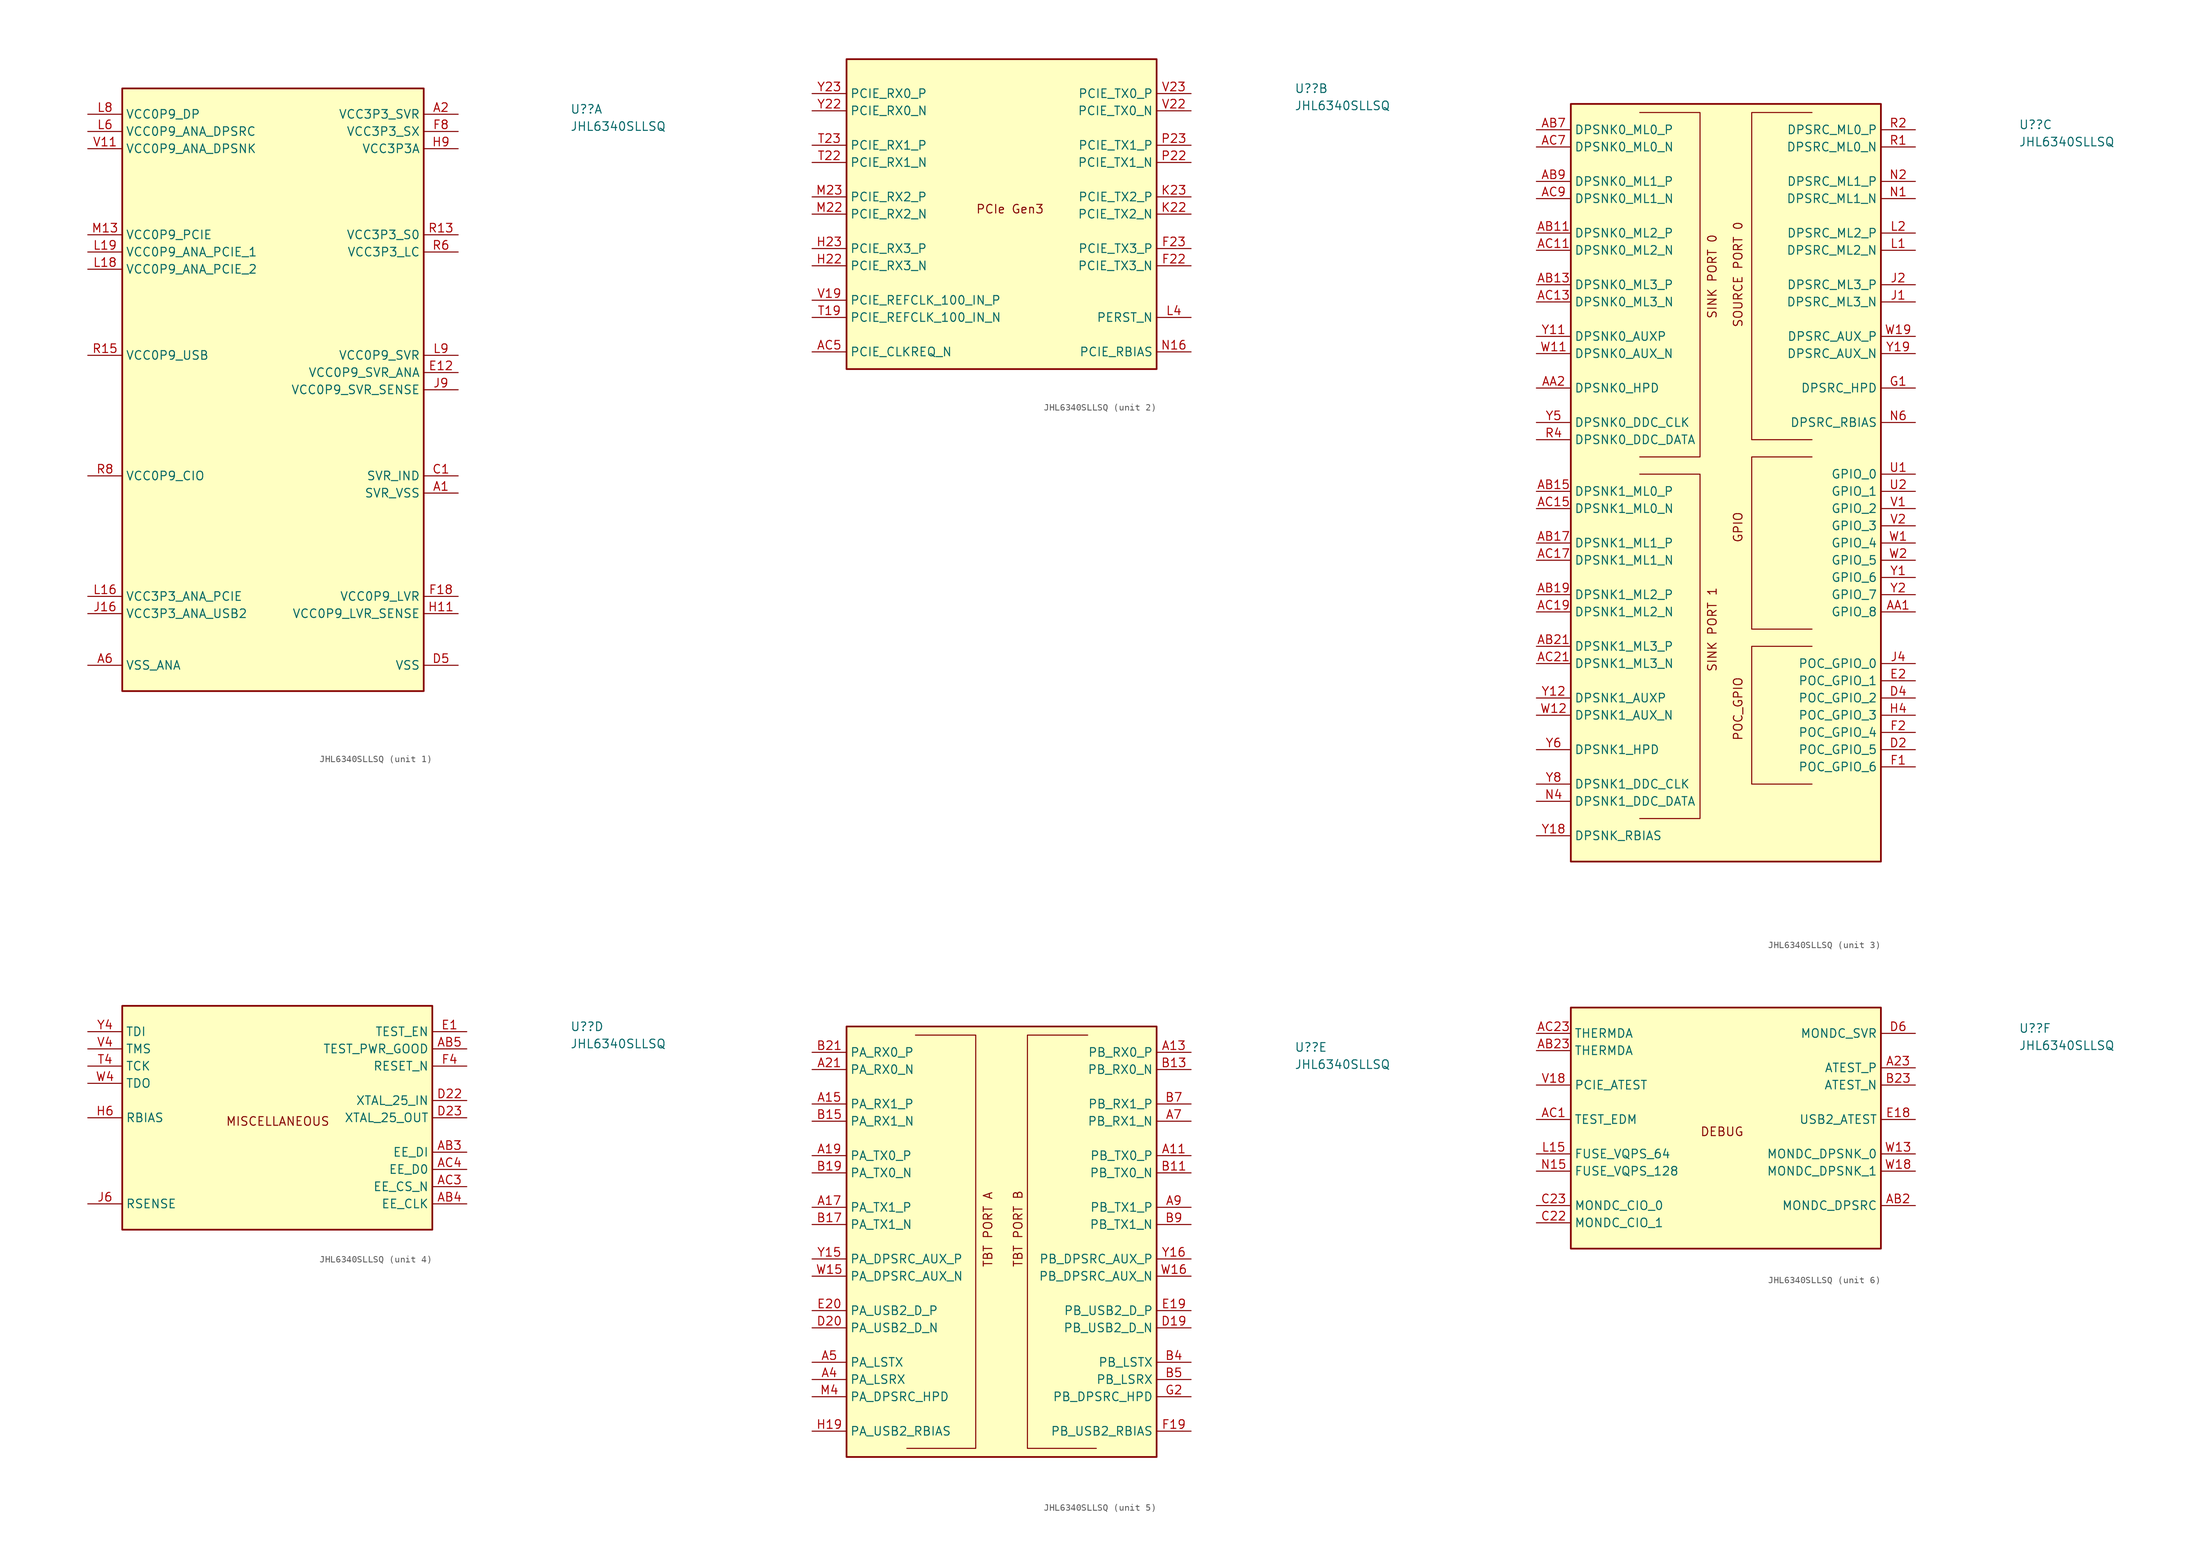
<source format=kicad_sym>
(kicad_symbol_lib
  (version 20211014)
  (generator kicad_symbol_editor)
  (symbol "JHL6340SLLSQ"
    (property "Reference" "U?"
      (at 71.12 0 0)
      (effects (font (size 1.27 1.27) (thickness 0.15)) (justify left bottom)))
    (property "Value" "JHL6340SLLSQ"
      (at 71.12 -2.54 0)
      (effects (font (size 1.27 1.27) (thickness 0.15)) (justify left bottom)))
    (property "ki_locked" ""
      (at 0 0 0)
      (effects (font (size 1.27 1.27))))
    (symbol "JHL6340SLLSQ_1_0"
      (rectangle (start 5.08 3.81) (end 49.53 -85.09) (stroke (width 0.254) (type default) (color 0 0 0 0)) (fill (type background))))
    (symbol "JHL6340SLLSQ_1_1"
      (pin power_in line (at 54.61 -55.88 180) (length 5.08) (name "SVR_VSS" (effects (font (size 1.27 1.27)))) (number "A1" (effects (font (size 1.27 1.27)))))
      (pin passive line (at 0 -81.28 0) (length 5.08) hide (name "VSS_ANA" (effects (font (size 1.27 1.27)))) (number "A10" (effects (font (size 1.27 1.27)))))
      (pin passive line (at 0 -81.28 0) (length 5.08) hide (name "VSS_ANA" (effects (font (size 1.27 1.27)))) (number "A12" (effects (font (size 1.27 1.27)))))
      (pin passive line (at 0 -81.28 0) (length 5.08) hide (name "VSS_ANA" (effects (font (size 1.27 1.27)))) (number "A14" (effects (font (size 1.27 1.27)))))
      (pin passive line (at 0 -81.28 0) (length 5.08) hide (name "VSS_ANA" (effects (font (size 1.27 1.27)))) (number "A16" (effects (font (size 1.27 1.27)))))
      (pin passive line (at 0 -81.28 0) (length 5.08) hide (name "VSS_ANA" (effects (font (size 1.27 1.27)))) (number "A18" (effects (font (size 1.27 1.27)))))
      (pin power_in line (at 54.61 0 180) (length 5.08) (name "VCC3P3_SVR" (effects (font (size 1.27 1.27)))) (number "A2" (effects (font (size 1.27 1.27)))))
      (pin passive line (at 0 -81.28 0) (length 5.08) hide (name "VSS_ANA" (effects (font (size 1.27 1.27)))) (number "A20" (effects (font (size 1.27 1.27)))))
      (pin passive line (at 0 -81.28 0) (length 5.08) hide (name "VSS_ANA" (effects (font (size 1.27 1.27)))) (number "A22" (effects (font (size 1.27 1.27)))))
      (pin power_in line (at 54.61 0 180) (length 5.08) hide (name "VCC3P3_SVR" (effects (font (size 1.27 1.27)))) (number "A3" (effects (font (size 1.27 1.27)))))
      (pin power_in line (at 0 -81.28 0) (length 5.08) (name "VSS_ANA" (effects (font (size 1.27 1.27)))) (number "A6" (effects (font (size 1.27 1.27)))))
      (pin passive line (at 0 -81.28 0) (length 5.08) hide (name "VSS_ANA" (effects (font (size 1.27 1.27)))) (number "A8" (effects (font (size 1.27 1.27)))))
      (pin passive line (at 0 -81.28 0) (length 5.08) hide (name "VSS_ANA" (effects (font (size 1.27 1.27)))) (number "AA22" (effects (font (size 1.27 1.27)))))
      (pin passive line (at 0 -81.28 0) (length 5.08) hide (name "VSS_ANA" (effects (font (size 1.27 1.27)))) (number "AA23" (effects (font (size 1.27 1.27)))))
      (pin passive line (at 54.61 -81.28 180) (length 5.08) hide (name "VSS" (effects (font (size 1.27 1.27)))) (number "AB1" (effects (font (size 1.27 1.27)))))
      (pin passive line (at 0 -81.28 0) (length 5.08) hide (name "VSS_ANA" (effects (font (size 1.27 1.27)))) (number "AB10" (effects (font (size 1.27 1.27)))))
      (pin passive line (at 0 -81.28 0) (length 5.08) hide (name "VSS_ANA" (effects (font (size 1.27 1.27)))) (number "AB12" (effects (font (size 1.27 1.27)))))
      (pin passive line (at 0 -81.28 0) (length 5.08) hide (name "VSS_ANA" (effects (font (size 1.27 1.27)))) (number "AB14" (effects (font (size 1.27 1.27)))))
      (pin passive line (at 0 -81.28 0) (length 5.08) hide (name "VSS_ANA" (effects (font (size 1.27 1.27)))) (number "AB16" (effects (font (size 1.27 1.27)))))
      (pin passive line (at 0 -81.28 0) (length 5.08) hide (name "VSS_ANA" (effects (font (size 1.27 1.27)))) (number "AB18" (effects (font (size 1.27 1.27)))))
      (pin passive line (at 0 -81.28 0) (length 5.08) hide (name "VSS_ANA" (effects (font (size 1.27 1.27)))) (number "AB20" (effects (font (size 1.27 1.27)))))
      (pin passive line (at 0 -81.28 0) (length 5.08) hide (name "VSS_ANA" (effects (font (size 1.27 1.27)))) (number "AB22" (effects (font (size 1.27 1.27)))))
      (pin passive line (at 0 -81.28 0) (length 5.08) hide (name "VSS_ANA" (effects (font (size 1.27 1.27)))) (number "AB6" (effects (font (size 1.27 1.27)))))
      (pin passive line (at 0 -81.28 0) (length 5.08) hide (name "VSS_ANA" (effects (font (size 1.27 1.27)))) (number "AB8" (effects (font (size 1.27 1.27)))))
      (pin passive line (at 0 -81.28 0) (length 5.08) hide (name "VSS_ANA" (effects (font (size 1.27 1.27)))) (number "AC10" (effects (font (size 1.27 1.27)))))
      (pin passive line (at 0 -81.28 0) (length 5.08) hide (name "VSS_ANA" (effects (font (size 1.27 1.27)))) (number "AC12" (effects (font (size 1.27 1.27)))))
      (pin passive line (at 0 -81.28 0) (length 5.08) hide (name "VSS_ANA" (effects (font (size 1.27 1.27)))) (number "AC14" (effects (font (size 1.27 1.27)))))
      (pin passive line (at 0 -81.28 0) (length 5.08) hide (name "VSS_ANA" (effects (font (size 1.27 1.27)))) (number "AC16" (effects (font (size 1.27 1.27)))))
      (pin passive line (at 0 -81.28 0) (length 5.08) hide (name "VSS_ANA" (effects (font (size 1.27 1.27)))) (number "AC18" (effects (font (size 1.27 1.27)))))
      (pin passive line (at 54.61 -81.28 180) (length 5.08) hide (name "VSS" (effects (font (size 1.27 1.27)))) (number "AC2" (effects (font (size 1.27 1.27)))))
      (pin passive line (at 0 -81.28 0) (length 5.08) hide (name "VSS_ANA" (effects (font (size 1.27 1.27)))) (number "AC20" (effects (font (size 1.27 1.27)))))
      (pin passive line (at 0 -81.28 0) (length 5.08) hide (name "VSS_ANA" (effects (font (size 1.27 1.27)))) (number "AC22" (effects (font (size 1.27 1.27)))))
      (pin passive line (at 0 -81.28 0) (length 5.08) hide (name "VSS_ANA" (effects (font (size 1.27 1.27)))) (number "AC6" (effects (font (size 1.27 1.27)))))
      (pin passive line (at 0 -81.28 0) (length 5.08) hide (name "VSS_ANA" (effects (font (size 1.27 1.27)))) (number "AC8" (effects (font (size 1.27 1.27)))))
      (pin power_in line (at 54.61 -55.88 180) (length 5.08) hide (name "SVR_VSS" (effects (font (size 1.27 1.27)))) (number "B1" (effects (font (size 1.27 1.27)))))
      (pin passive line (at 0 -81.28 0) (length 5.08) hide (name "VSS_ANA" (effects (font (size 1.27 1.27)))) (number "B10" (effects (font (size 1.27 1.27)))))
      (pin passive line (at 0 -81.28 0) (length 5.08) hide (name "VSS_ANA" (effects (font (size 1.27 1.27)))) (number "B12" (effects (font (size 1.27 1.27)))))
      (pin passive line (at 0 -81.28 0) (length 5.08) hide (name "VSS_ANA" (effects (font (size 1.27 1.27)))) (number "B14" (effects (font (size 1.27 1.27)))))
      (pin passive line (at 0 -81.28 0) (length 5.08) hide (name "VSS_ANA" (effects (font (size 1.27 1.27)))) (number "B16" (effects (font (size 1.27 1.27)))))
      (pin passive line (at 0 -81.28 0) (length 5.08) hide (name "VSS_ANA" (effects (font (size 1.27 1.27)))) (number "B18" (effects (font (size 1.27 1.27)))))
      (pin power_in line (at 54.61 -55.88 180) (length 5.08) hide (name "SVR_VSS" (effects (font (size 1.27 1.27)))) (number "B2" (effects (font (size 1.27 1.27)))))
      (pin passive line (at 0 -81.28 0) (length 5.08) hide (name "VSS_ANA" (effects (font (size 1.27 1.27)))) (number "B20" (effects (font (size 1.27 1.27)))))
      (pin passive line (at 0 -81.28 0) (length 5.08) hide (name "VSS_ANA" (effects (font (size 1.27 1.27)))) (number "B22" (effects (font (size 1.27 1.27)))))
      (pin power_in line (at 54.61 0 180) (length 5.08) hide (name "VCC3P3_SVR" (effects (font (size 1.27 1.27)))) (number "B3" (effects (font (size 1.27 1.27)))))
      (pin passive line (at 0 -81.28 0) (length 5.08) hide (name "VSS_ANA" (effects (font (size 1.27 1.27)))) (number "B6" (effects (font (size 1.27 1.27)))))
      (pin passive line (at 0 -81.28 0) (length 5.08) hide (name "VSS_ANA" (effects (font (size 1.27 1.27)))) (number "B8" (effects (font (size 1.27 1.27)))))
      (pin power_out line (at 54.61 -53.34 180) (length 5.08) (name "SVR_IND" (effects (font (size 1.27 1.27)))) (number "C1" (effects (font (size 1.27 1.27)))))
      (pin power_out line (at 54.61 -53.34 180) (length 5.08) hide (name "SVR_IND" (effects (font (size 1.27 1.27)))) (number "C2" (effects (font (size 1.27 1.27)))))
      (pin power_out line (at 54.61 -53.34 180) (length 5.08) hide (name "SVR_IND" (effects (font (size 1.27 1.27)))) (number "D1" (effects (font (size 1.27 1.27)))))
      (pin passive line (at 0 -81.28 0) (length 5.08) hide (name "VSS_ANA" (effects (font (size 1.27 1.27)))) (number "D11" (effects (font (size 1.27 1.27)))))
      (pin passive line (at 0 -81.28 0) (length 5.08) hide (name "VSS_ANA" (effects (font (size 1.27 1.27)))) (number "D12" (effects (font (size 1.27 1.27)))))
      (pin passive line (at 0 -81.28 0) (length 5.08) hide (name "VSS_ANA" (effects (font (size 1.27 1.27)))) (number "D13" (effects (font (size 1.27 1.27)))))
      (pin passive line (at 0 -81.28 0) (length 5.08) hide (name "VSS_ANA" (effects (font (size 1.27 1.27)))) (number "D15" (effects (font (size 1.27 1.27)))))
      (pin passive line (at 0 -81.28 0) (length 5.08) hide (name "VSS_ANA" (effects (font (size 1.27 1.27)))) (number "D16" (effects (font (size 1.27 1.27)))))
      (pin passive line (at 0 -81.28 0) (length 5.08) hide (name "VSS_ANA" (effects (font (size 1.27 1.27)))) (number "D18" (effects (font (size 1.27 1.27)))))
      (pin power_in line (at 54.61 -81.28 180) (length 5.08) (name "VSS" (effects (font (size 1.27 1.27)))) (number "D5" (effects (font (size 1.27 1.27)))))
      (pin passive line (at 0 -81.28 0) (length 5.08) hide (name "VSS_ANA" (effects (font (size 1.27 1.27)))) (number "D8" (effects (font (size 1.27 1.27)))))
      (pin passive line (at 0 -81.28 0) (length 5.08) hide (name "VSS_ANA" (effects (font (size 1.27 1.27)))) (number "D9" (effects (font (size 1.27 1.27)))))
      (pin passive line (at 0 -81.28 0) (length 5.08) hide (name "VSS_ANA" (effects (font (size 1.27 1.27)))) (number "E11" (effects (font (size 1.27 1.27)))))
      (pin power_in line (at 54.61 -38.1 180) (length 5.08) (name "VCC0P9_SVR_ANA" (effects (font (size 1.27 1.27)))) (number "E12" (effects (font (size 1.27 1.27)))))
      (pin power_in line (at 54.61 -38.1 180) (length 5.08) hide (name "VCC0P9_SVR_ANA" (effects (font (size 1.27 1.27)))) (number "E13" (effects (font (size 1.27 1.27)))))
      (pin passive line (at 0 -81.28 0) (length 5.08) hide (name "VSS_ANA" (effects (font (size 1.27 1.27)))) (number "E15" (effects (font (size 1.27 1.27)))))
      (pin passive line (at 0 -81.28 0) (length 5.08) hide (name "VSS_ANA" (effects (font (size 1.27 1.27)))) (number "E16" (effects (font (size 1.27 1.27)))))
      (pin passive line (at 0 -81.28 0) (length 5.08) hide (name "VSS_ANA" (effects (font (size 1.27 1.27)))) (number "E22" (effects (font (size 1.27 1.27)))))
      (pin passive line (at 0 -81.28 0) (length 5.08) hide (name "VSS_ANA" (effects (font (size 1.27 1.27)))) (number "E23" (effects (font (size 1.27 1.27)))))
      (pin passive line (at 54.61 -81.28 180) (length 5.08) hide (name "VSS" (effects (font (size 1.27 1.27)))) (number "E4" (effects (font (size 1.27 1.27)))))
      (pin passive line (at 54.61 -81.28 180) (length 5.08) hide (name "VSS" (effects (font (size 1.27 1.27)))) (number "E5" (effects (font (size 1.27 1.27)))))
      (pin passive line (at 54.61 -81.28 180) (length 5.08) hide (name "VSS" (effects (font (size 1.27 1.27)))) (number "E6" (effects (font (size 1.27 1.27)))))
      (pin passive line (at 0 -81.28 0) (length 5.08) hide (name "VSS_ANA" (effects (font (size 1.27 1.27)))) (number "E8" (effects (font (size 1.27 1.27)))))
      (pin passive line (at 0 -81.28 0) (length 5.08) hide (name "VSS_ANA" (effects (font (size 1.27 1.27)))) (number "E9" (effects (font (size 1.27 1.27)))))
      (pin power_in line (at 54.61 -38.1 180) (length 5.08) hide (name "VCC0P9_SVR_ANA" (effects (font (size 1.27 1.27)))) (number "F11" (effects (font (size 1.27 1.27)))))
      (pin power_in line (at 54.61 -38.1 180) (length 5.08) hide (name "VCC0P9_SVR_ANA" (effects (font (size 1.27 1.27)))) (number "F12" (effects (font (size 1.27 1.27)))))
      (pin power_in line (at 54.61 -38.1 180) (length 5.08) hide (name "VCC0P9_SVR_ANA" (effects (font (size 1.27 1.27)))) (number "F13" (effects (font (size 1.27 1.27)))))
      (pin power_in line (at 54.61 -38.1 180) (length 5.08) hide (name "VCC0P9_SVR_ANA" (effects (font (size 1.27 1.27)))) (number "F15" (effects (font (size 1.27 1.27)))))
      (pin passive line (at 0 -81.28 0) (length 5.08) hide (name "VSS_ANA" (effects (font (size 1.27 1.27)))) (number "F16" (effects (font (size 1.27 1.27)))))
      (pin power_in line (at 54.61 -71.12 180) (length 5.08) (name "VCC0P9_LVR" (effects (font (size 1.27 1.27)))) (number "F18" (effects (font (size 1.27 1.27)))))
      (pin passive line (at 0 -81.28 0) (length 5.08) hide (name "VSS_ANA" (effects (font (size 1.27 1.27)))) (number "F20" (effects (font (size 1.27 1.27)))))
      (pin passive line (at 54.61 -81.28 180) (length 5.08) hide (name "VSS" (effects (font (size 1.27 1.27)))) (number "F5" (effects (font (size 1.27 1.27)))))
      (pin passive line (at 54.61 -81.28 180) (length 5.08) hide (name "VSS" (effects (font (size 1.27 1.27)))) (number "F6" (effects (font (size 1.27 1.27)))))
      (pin power_in line (at 54.61 -2.54 180) (length 5.08) (name "VCC3P3_SX" (effects (font (size 1.27 1.27)))) (number "F8" (effects (font (size 1.27 1.27)))))
      (pin passive line (at 0 -81.28 0) (length 5.08) hide (name "VSS_ANA" (effects (font (size 1.27 1.27)))) (number "F9" (effects (font (size 1.27 1.27)))))
      (pin passive line (at 0 -81.28 0) (length 5.08) hide (name "VSS_ANA" (effects (font (size 1.27 1.27)))) (number "G22" (effects (font (size 1.27 1.27)))))
      (pin passive line (at 0 -81.28 0) (length 5.08) hide (name "VSS_ANA" (effects (font (size 1.27 1.27)))) (number "G23" (effects (font (size 1.27 1.27)))))
      (pin passive line (at 0 -81.28 0) (length 5.08) hide (name "VSS_ANA" (effects (font (size 1.27 1.27)))) (number "H1" (effects (font (size 1.27 1.27)))))
      (pin power_in line (at 54.61 -73.66 180) (length 5.08) (name "VCC0P9_LVR_SENSE" (effects (font (size 1.27 1.27)))) (number "H11" (effects (font (size 1.27 1.27)))))
      (pin passive line (at 0 -81.28 0) (length 5.08) hide (name "VSS_ANA" (effects (font (size 1.27 1.27)))) (number "H12" (effects (font (size 1.27 1.27)))))
      (pin passive line (at 0 -81.28 0) (length 5.08) hide (name "VSS_ANA" (effects (font (size 1.27 1.27)))) (number "H13" (effects (font (size 1.27 1.27)))))
      (pin passive line (at 0 -81.28 0) (length 5.08) hide (name "VSS_ANA" (effects (font (size 1.27 1.27)))) (number "H15" (effects (font (size 1.27 1.27)))))
      (pin passive line (at 0 -81.28 0) (length 5.08) hide (name "VSS_ANA" (effects (font (size 1.27 1.27)))) (number "H16" (effects (font (size 1.27 1.27)))))
      (pin power_in line (at 54.61 -71.12 180) (length 5.08) hide (name "VCC0P9_LVR" (effects (font (size 1.27 1.27)))) (number "H18" (effects (font (size 1.27 1.27)))))
      (pin passive line (at 0 -81.28 0) (length 5.08) hide (name "VSS_ANA" (effects (font (size 1.27 1.27)))) (number "H2" (effects (font (size 1.27 1.27)))))
      (pin passive line (at 0 -81.28 0) (length 5.08) hide (name "VSS_ANA" (effects (font (size 1.27 1.27)))) (number "H20" (effects (font (size 1.27 1.27)))))
      (pin passive line (at 54.61 -81.28 180) (length 5.08) hide (name "VSS" (effects (font (size 1.27 1.27)))) (number "H5" (effects (font (size 1.27 1.27)))))
      (pin passive line (at 54.61 -81.28 180) (length 5.08) hide (name "VSS" (effects (font (size 1.27 1.27)))) (number "H8" (effects (font (size 1.27 1.27)))))
      (pin power_in line (at 54.61 -5.08 180) (length 5.08) (name "VCC3P3A" (effects (font (size 1.27 1.27)))) (number "H9" (effects (font (size 1.27 1.27)))))
      (pin power_in line (at 54.61 -71.12 180) (length 5.08) hide (name "VCC0P9_LVR" (effects (font (size 1.27 1.27)))) (number "J11" (effects (font (size 1.27 1.27)))))
      (pin passive line (at 54.61 -81.28 180) (length 5.08) hide (name "VSS" (effects (font (size 1.27 1.27)))) (number "J12" (effects (font (size 1.27 1.27)))))
      (pin passive line (at 54.61 -81.28 180) (length 5.08) hide (name "VSS" (effects (font (size 1.27 1.27)))) (number "J13" (effects (font (size 1.27 1.27)))))
      (pin passive line (at 54.61 -81.28 180) (length 5.08) hide (name "VSS" (effects (font (size 1.27 1.27)))) (number "J15" (effects (font (size 1.27 1.27)))))
      (pin power_in line (at 0 -73.66 0) (length 5.08) (name "VCC3P3_ANA_USB2" (effects (font (size 1.27 1.27)))) (number "J16" (effects (font (size 1.27 1.27)))))
      (pin passive line (at 0 -81.28 0) (length 5.08) hide (name "VSS_ANA" (effects (font (size 1.27 1.27)))) (number "J18" (effects (font (size 1.27 1.27)))))
      (pin passive line (at 0 -81.28 0) (length 5.08) hide (name "VSS_ANA" (effects (font (size 1.27 1.27)))) (number "J19" (effects (font (size 1.27 1.27)))))
      (pin passive line (at 0 -81.28 0) (length 5.08) hide (name "VSS_ANA" (effects (font (size 1.27 1.27)))) (number "J20" (effects (font (size 1.27 1.27)))))
      (pin passive line (at 0 -81.28 0) (length 5.08) hide (name "VSS_ANA" (effects (font (size 1.27 1.27)))) (number "J22" (effects (font (size 1.27 1.27)))))
      (pin passive line (at 0 -81.28 0) (length 5.08) hide (name "VSS_ANA" (effects (font (size 1.27 1.27)))) (number "J23" (effects (font (size 1.27 1.27)))))
      (pin passive line (at 0 -81.28 0) (length 5.08) hide (name "VSS_ANA" (effects (font (size 1.27 1.27)))) (number "J5" (effects (font (size 1.27 1.27)))))
      (pin passive line (at 54.61 -81.28 180) (length 5.08) hide (name "VSS" (effects (font (size 1.27 1.27)))) (number "J8" (effects (font (size 1.27 1.27)))))
      (pin power_in line (at 54.61 -40.64 180) (length 5.08) (name "VCC0P9_SVR_SENSE" (effects (font (size 1.27 1.27)))) (number "J9" (effects (font (size 1.27 1.27)))))
      (pin passive line (at 0 -81.28 0) (length 5.08) hide (name "VSS_ANA" (effects (font (size 1.27 1.27)))) (number "K1" (effects (font (size 1.27 1.27)))))
      (pin passive line (at 0 -81.28 0) (length 5.08) hide (name "VSS_ANA" (effects (font (size 1.27 1.27)))) (number "K2" (effects (font (size 1.27 1.27)))))
      (pin power_in line (at 0 0 0) (length 5.08) hide (name "VCC0P9_DP" (effects (font (size 1.27 1.27)))) (number "L11" (effects (font (size 1.27 1.27)))))
      (pin power_in line (at 0 0 0) (length 5.08) hide (name "VCC0P9_DP" (effects (font (size 1.27 1.27)))) (number "L12" (effects (font (size 1.27 1.27)))))
      (pin passive line (at 54.61 -81.28 180) (length 5.08) hide (name "VSS" (effects (font (size 1.27 1.27)))) (number "L13" (effects (font (size 1.27 1.27)))))
      (pin power_in line (at 0 -71.12 0) (length 5.08) (name "VCC3P3_ANA_PCIE" (effects (font (size 1.27 1.27)))) (number "L16" (effects (font (size 1.27 1.27)))))
      (pin power_in line (at 0 -22.86 0) (length 5.08) (name "VCC0P9_ANA_PCIE_2" (effects (font (size 1.27 1.27)))) (number "L18" (effects (font (size 1.27 1.27)))))
      (pin power_in line (at 0 -20.32 0) (length 5.08) (name "VCC0P9_ANA_PCIE_1" (effects (font (size 1.27 1.27)))) (number "L19" (effects (font (size 1.27 1.27)))))
      (pin passive line (at 0 -81.28 0) (length 5.08) hide (name "VSS_ANA" (effects (font (size 1.27 1.27)))) (number "L20" (effects (font (size 1.27 1.27)))))
      (pin passive line (at 0 -81.28 0) (length 5.08) hide (name "VSS_ANA" (effects (font (size 1.27 1.27)))) (number "L22" (effects (font (size 1.27 1.27)))))
      (pin passive line (at 0 -81.28 0) (length 5.08) hide (name "VSS_ANA" (effects (font (size 1.27 1.27)))) (number "L23" (effects (font (size 1.27 1.27)))))
      (pin passive line (at 0 -81.28 0) (length 5.08) hide (name "VSS_ANA" (effects (font (size 1.27 1.27)))) (number "L5" (effects (font (size 1.27 1.27)))))
      (pin power_in line (at 0 -2.54 0) (length 5.08) (name "VCC0P9_ANA_DPSRC" (effects (font (size 1.27 1.27)))) (number "L6" (effects (font (size 1.27 1.27)))))
      (pin power_in line (at 0 0 0) (length 5.08) (name "VCC0P9_DP" (effects (font (size 1.27 1.27)))) (number "L8" (effects (font (size 1.27 1.27)))))
      (pin power_in line (at 54.61 -35.56 180) (length 5.08) (name "VCC0P9_SVR" (effects (font (size 1.27 1.27)))) (number "L9" (effects (font (size 1.27 1.27)))))
      (pin passive line (at 0 -81.28 0) (length 5.08) hide (name "VSS_ANA" (effects (font (size 1.27 1.27)))) (number "M1" (effects (font (size 1.27 1.27)))))
      (pin passive line (at 54.61 -81.28 180) (length 5.08) hide (name "VSS" (effects (font (size 1.27 1.27)))) (number "M11" (effects (font (size 1.27 1.27)))))
      (pin passive line (at 54.61 -81.28 180) (length 5.08) hide (name "VSS" (effects (font (size 1.27 1.27)))) (number "M12" (effects (font (size 1.27 1.27)))))
      (pin power_in line (at 0 -17.78 0) (length 5.08) (name "VCC0P9_PCIE" (effects (font (size 1.27 1.27)))) (number "M13" (effects (font (size 1.27 1.27)))))
      (pin power_in line (at 0 -17.78 0) (length 5.08) hide (name "VCC0P9_PCIE" (effects (font (size 1.27 1.27)))) (number "M15" (effects (font (size 1.27 1.27)))))
      (pin power_in line (at 0 -17.78 0) (length 5.08) hide (name "VCC0P9_PCIE" (effects (font (size 1.27 1.27)))) (number "M16" (effects (font (size 1.27 1.27)))))
      (pin power_in line (at 0 -22.86 0) (length 5.08) hide (name "VCC0P9_ANA_PCIE_2" (effects (font (size 1.27 1.27)))) (number "M18" (effects (font (size 1.27 1.27)))))
      (pin passive line (at 0 -81.28 0) (length 5.08) hide (name "VSS_ANA" (effects (font (size 1.27 1.27)))) (number "M19" (effects (font (size 1.27 1.27)))))
      (pin passive line (at 0 -81.28 0) (length 5.08) hide (name "VSS_ANA" (effects (font (size 1.27 1.27)))) (number "M2" (effects (font (size 1.27 1.27)))))
      (pin passive line (at 0 -81.28 0) (length 5.08) hide (name "VSS_ANA" (effects (font (size 1.27 1.27)))) (number "M20" (effects (font (size 1.27 1.27)))))
      (pin passive line (at 0 -81.28 0) (length 5.08) hide (name "VSS_ANA" (effects (font (size 1.27 1.27)))) (number "M5" (effects (font (size 1.27 1.27)))))
      (pin power_in line (at 0 -2.54 0) (length 5.08) hide (name "VCC0P9_ANA_DPSRC" (effects (font (size 1.27 1.27)))) (number "M6" (effects (font (size 1.27 1.27)))))
      (pin power_in line (at 0 0 0) (length 5.08) hide (name "VCC0P9_DP" (effects (font (size 1.27 1.27)))) (number "M8" (effects (font (size 1.27 1.27)))))
      (pin power_in line (at 54.61 -35.56 180) (length 5.08) hide (name "VCC0P9_SVR" (effects (font (size 1.27 1.27)))) (number "M9" (effects (font (size 1.27 1.27)))))
      (pin passive line (at 54.61 -81.28 180) (length 5.08) hide (name "VSS" (effects (font (size 1.27 1.27)))) (number "N11" (effects (font (size 1.27 1.27)))))
      (pin passive line (at 54.61 -81.28 180) (length 5.08) hide (name "VSS" (effects (font (size 1.27 1.27)))) (number "N12" (effects (font (size 1.27 1.27)))))
      (pin passive line (at 54.61 -81.28 180) (length 5.08) hide (name "VSS" (effects (font (size 1.27 1.27)))) (number "N13" (effects (font (size 1.27 1.27)))))
      (pin power_in line (at 0 -22.86 0) (length 5.08) hide (name "VCC0P9_ANA_PCIE_2" (effects (font (size 1.27 1.27)))) (number "N18" (effects (font (size 1.27 1.27)))))
      (pin power_in line (at 0 -20.32 0) (length 5.08) hide (name "VCC0P9_ANA_PCIE_1" (effects (font (size 1.27 1.27)))) (number "N19" (effects (font (size 1.27 1.27)))))
      (pin passive line (at 0 -81.28 0) (length 5.08) hide (name "VSS_ANA" (effects (font (size 1.27 1.27)))) (number "N20" (effects (font (size 1.27 1.27)))))
      (pin passive line (at 0 -81.28 0) (length 5.08) hide (name "VSS_ANA" (effects (font (size 1.27 1.27)))) (number "N22" (effects (font (size 1.27 1.27)))))
      (pin passive line (at 0 -81.28 0) (length 5.08) hide (name "VSS_ANA" (effects (font (size 1.27 1.27)))) (number "N23" (effects (font (size 1.27 1.27)))))
      (pin passive line (at 0 -81.28 0) (length 5.08) hide (name "VSS_ANA" (effects (font (size 1.27 1.27)))) (number "N5" (effects (font (size 1.27 1.27)))))
      (pin passive line (at 54.61 -81.28 180) (length 5.08) hide (name "VSS" (effects (font (size 1.27 1.27)))) (number "N8" (effects (font (size 1.27 1.27)))))
      (pin passive line (at 54.61 -81.28 180) (length 5.08) hide (name "VSS" (effects (font (size 1.27 1.27)))) (number "N9" (effects (font (size 1.27 1.27)))))
      (pin passive line (at 0 -81.28 0) (length 5.08) hide (name "VSS_ANA" (effects (font (size 1.27 1.27)))) (number "P1" (effects (font (size 1.27 1.27)))))
      (pin passive line (at 0 -81.28 0) (length 5.08) hide (name "VSS_ANA" (effects (font (size 1.27 1.27)))) (number "P2" (effects (font (size 1.27 1.27)))))
      (pin power_in line (at 0 -53.34 0) (length 5.08) hide (name "VCC0P9_CIO" (effects (font (size 1.27 1.27)))) (number "R11" (effects (font (size 1.27 1.27)))))
      (pin power_in line (at 0 -53.34 0) (length 5.08) hide (name "VCC0P9_CIO" (effects (font (size 1.27 1.27)))) (number "R12" (effects (font (size 1.27 1.27)))))
      (pin power_in line (at 54.61 -17.78 180) (length 5.08) (name "VCC3P3_S0" (effects (font (size 1.27 1.27)))) (number "R13" (effects (font (size 1.27 1.27)))))
      (pin power_in line (at 0 -35.56 0) (length 5.08) (name "VCC0P9_USB" (effects (font (size 1.27 1.27)))) (number "R15" (effects (font (size 1.27 1.27)))))
      (pin power_in line (at 0 -35.56 0) (length 5.08) hide (name "VCC0P9_USB" (effects (font (size 1.27 1.27)))) (number "R16" (effects (font (size 1.27 1.27)))))
      (pin passive line (at 0 -81.28 0) (length 5.08) hide (name "VSS_ANA" (effects (font (size 1.27 1.27)))) (number "R18" (effects (font (size 1.27 1.27)))))
      (pin passive line (at 0 -81.28 0) (length 5.08) hide (name "VSS_ANA" (effects (font (size 1.27 1.27)))) (number "R19" (effects (font (size 1.27 1.27)))))
      (pin passive line (at 0 -81.28 0) (length 5.08) hide (name "VSS_ANA" (effects (font (size 1.27 1.27)))) (number "R20" (effects (font (size 1.27 1.27)))))
      (pin passive line (at 0 -81.28 0) (length 5.08) hide (name "VSS_ANA" (effects (font (size 1.27 1.27)))) (number "R22" (effects (font (size 1.27 1.27)))))
      (pin passive line (at 0 -81.28 0) (length 5.08) hide (name "VSS_ANA" (effects (font (size 1.27 1.27)))) (number "R23" (effects (font (size 1.27 1.27)))))
      (pin passive line (at 0 -81.28 0) (length 5.08) hide (name "VSS_ANA" (effects (font (size 1.27 1.27)))) (number "R5" (effects (font (size 1.27 1.27)))))
      (pin power_in line (at 54.61 -20.32 180) (length 5.08) (name "VCC3P3_LC" (effects (font (size 1.27 1.27)))) (number "R6" (effects (font (size 1.27 1.27)))))
      (pin power_in line (at 0 -53.34 0) (length 5.08) (name "VCC0P9_CIO" (effects (font (size 1.27 1.27)))) (number "R8" (effects (font (size 1.27 1.27)))))
      (pin power_in line (at 0 -53.34 0) (length 5.08) hide (name "VCC0P9_CIO" (effects (font (size 1.27 1.27)))) (number "R9" (effects (font (size 1.27 1.27)))))
      (pin passive line (at 0 -81.28 0) (length 5.08) hide (name "VSS_ANA" (effects (font (size 1.27 1.27)))) (number "T1" (effects (font (size 1.27 1.27)))))
      (pin power_in line (at 0 0 0) (length 5.08) hide (name "VCC0P9_DP" (effects (font (size 1.27 1.27)))) (number "T11" (effects (font (size 1.27 1.27)))))
      (pin power_in line (at 0 0 0) (length 5.08) hide (name "VCC0P9_DP" (effects (font (size 1.27 1.27)))) (number "T12" (effects (font (size 1.27 1.27)))))
      (pin passive line (at 54.61 -81.28 180) (length 5.08) hide (name "VSS" (effects (font (size 1.27 1.27)))) (number "T13" (effects (font (size 1.27 1.27)))))
      (pin passive line (at 54.61 -81.28 180) (length 5.08) hide (name "VSS" (effects (font (size 1.27 1.27)))) (number "T15" (effects (font (size 1.27 1.27)))))
      (pin passive line (at 54.61 -81.28 180) (length 5.08) hide (name "VSS" (effects (font (size 1.27 1.27)))) (number "T16" (effects (font (size 1.27 1.27)))))
      (pin passive line (at 54.61 -81.28 180) (length 5.08) hide (name "VSS" (effects (font (size 1.27 1.27)))) (number "T18" (effects (font (size 1.27 1.27)))))
      (pin passive line (at 0 -81.28 0) (length 5.08) hide (name "VSS_ANA" (effects (font (size 1.27 1.27)))) (number "T2" (effects (font (size 1.27 1.27)))))
      (pin passive line (at 0 -81.28 0) (length 5.08) hide (name "VSS_ANA" (effects (font (size 1.27 1.27)))) (number "T20" (effects (font (size 1.27 1.27)))))
      (pin passive line (at 0 -81.28 0) (length 5.08) hide (name "VSS_ANA" (effects (font (size 1.27 1.27)))) (number "T5" (effects (font (size 1.27 1.27)))))
      (pin passive line (at 54.61 -81.28 180) (length 5.08) hide (name "VSS" (effects (font (size 1.27 1.27)))) (number "T6" (effects (font (size 1.27 1.27)))))
      (pin passive line (at 54.61 -81.28 180) (length 5.08) hide (name "VSS" (effects (font (size 1.27 1.27)))) (number "T8" (effects (font (size 1.27 1.27)))))
      (pin passive line (at 54.61 -81.28 180) (length 5.08) hide (name "VSS" (effects (font (size 1.27 1.27)))) (number "T9" (effects (font (size 1.27 1.27)))))
      (pin passive line (at 0 -81.28 0) (length 5.08) hide (name "VSS_ANA" (effects (font (size 1.27 1.27)))) (number "U22" (effects (font (size 1.27 1.27)))))
      (pin passive line (at 0 -81.28 0) (length 5.08) hide (name "VSS_ANA" (effects (font (size 1.27 1.27)))) (number "U23" (effects (font (size 1.27 1.27)))))
      (pin power_in line (at 0 -5.08 0) (length 5.08) (name "VCC0P9_ANA_DPSNK" (effects (font (size 1.27 1.27)))) (number "V11" (effects (font (size 1.27 1.27)))))
      (pin power_in line (at 0 -5.08 0) (length 5.08) hide (name "VCC0P9_ANA_DPSNK" (effects (font (size 1.27 1.27)))) (number "V12" (effects (font (size 1.27 1.27)))))
      (pin power_in line (at 0 -5.08 0) (length 5.08) hide (name "VCC0P9_ANA_DPSNK" (effects (font (size 1.27 1.27)))) (number "V13" (effects (font (size 1.27 1.27)))))
      (pin passive line (at 0 -81.28 0) (length 5.08) hide (name "VSS_ANA" (effects (font (size 1.27 1.27)))) (number "V15" (effects (font (size 1.27 1.27)))))
      (pin passive line (at 0 -81.28 0) (length 5.08) hide (name "VSS_ANA" (effects (font (size 1.27 1.27)))) (number "V16" (effects (font (size 1.27 1.27)))))
      (pin passive line (at 0 -81.28 0) (length 5.08) hide (name "VSS_ANA" (effects (font (size 1.27 1.27)))) (number "V20" (effects (font (size 1.27 1.27)))))
      (pin passive line (at 0 -81.28 0) (length 5.08) hide (name "VSS_ANA" (effects (font (size 1.27 1.27)))) (number "V5" (effects (font (size 1.27 1.27)))))
      (pin passive line (at 0 -81.28 0) (length 5.08) hide (name "VSS_ANA" (effects (font (size 1.27 1.27)))) (number "V6" (effects (font (size 1.27 1.27)))))
      (pin passive line (at 0 -81.28 0) (length 5.08) hide (name "VSS_ANA" (effects (font (size 1.27 1.27)))) (number "V8" (effects (font (size 1.27 1.27)))))
      (pin passive line (at 0 -81.28 0) (length 5.08) hide (name "VSS_ANA" (effects (font (size 1.27 1.27)))) (number "V9" (effects (font (size 1.27 1.27)))))
      (pin passive line (at 0 -81.28 0) (length 5.08) hide (name "VSS_ANA" (effects (font (size 1.27 1.27)))) (number "W20" (effects (font (size 1.27 1.27)))))
      (pin passive line (at 0 -81.28 0) (length 5.08) hide (name "VSS_ANA" (effects (font (size 1.27 1.27)))) (number "W22" (effects (font (size 1.27 1.27)))))
      (pin passive line (at 0 -81.28 0) (length 5.08) hide (name "VSS_ANA" (effects (font (size 1.27 1.27)))) (number "W23" (effects (font (size 1.27 1.27)))))
      (pin passive line (at 0 -81.28 0) (length 5.08) hide (name "VSS_ANA" (effects (font (size 1.27 1.27)))) (number "W5" (effects (font (size 1.27 1.27)))))
      (pin passive line (at 0 -81.28 0) (length 5.08) hide (name "VSS_ANA" (effects (font (size 1.27 1.27)))) (number "W6" (effects (font (size 1.27 1.27)))))
      (pin passive line (at 0 -81.28 0) (length 5.08) hide (name "VSS_ANA" (effects (font (size 1.27 1.27)))) (number "W8" (effects (font (size 1.27 1.27)))))
      (pin passive line (at 0 -81.28 0) (length 5.08) hide (name "VSS_ANA" (effects (font (size 1.27 1.27)))) (number "W9" (effects (font (size 1.27 1.27)))))
      (pin passive line (at 0 -81.28 0) (length 5.08) hide (name "VSS_ANA" (effects (font (size 1.27 1.27)))) (number "Y13" (effects (font (size 1.27 1.27)))))
      (pin passive line (at 0 -81.28 0) (length 5.08) hide (name "VSS_ANA" (effects (font (size 1.27 1.27)))) (number "Y20" (effects (font (size 1.27 1.27)))))
      (pin passive line (at 0 -81.28 0) (length 5.08) hide (name "VSS_ANA" (effects (font (size 1.27 1.27)))) (number "Y9" (effects (font (size 1.27 1.27))))))
    (symbol "JHL6340SLLSQ_2_0"
      (text "PCIe Gen3" (at 24.13 -17.78 0) (effects (font (size 1.27 1.27) (thickness 0.15)) (justify left bottom))))
    (symbol "JHL6340SLLSQ_2_1"
      (rectangle (start 5.08 5.08) (end 50.8 -40.64) (stroke (width 0.254) (type default) (color 0 0 0 0)) (fill (type background)))
      (pin output line (at 0 -38.1 0) (length 5.08) (name "PCIE_CLKREQ_N" (effects (font (size 1.27 1.27)))) (number "AC5" (effects (font (size 1.27 1.27)))))
      (pin input line (at 55.88 -25.4 180) (length 5.08) (name "PCIE_TX3_N" (effects (font (size 1.27 1.27)))) (number "F22" (effects (font (size 1.27 1.27)))))
      (pin input line (at 55.88 -22.86 180) (length 5.08) (name "PCIE_TX3_P" (effects (font (size 1.27 1.27)))) (number "F23" (effects (font (size 1.27 1.27)))))
      (pin input line (at 0 -25.4 0) (length 5.08) (name "PCIE_RX3_N" (effects (font (size 1.27 1.27)))) (number "H22" (effects (font (size 1.27 1.27)))))
      (pin input line (at 0 -22.86 0) (length 5.08) (name "PCIE_RX3_P" (effects (font (size 1.27 1.27)))) (number "H23" (effects (font (size 1.27 1.27)))))
      (pin input line (at 55.88 -17.78 180) (length 5.08) (name "PCIE_TX2_N" (effects (font (size 1.27 1.27)))) (number "K22" (effects (font (size 1.27 1.27)))))
      (pin input line (at 55.88 -15.24 180) (length 5.08) (name "PCIE_TX2_P" (effects (font (size 1.27 1.27)))) (number "K23" (effects (font (size 1.27 1.27)))))
      (pin input line (at 55.88 -33.02 180) (length 5.08) (name "PERST_N" (effects (font (size 1.27 1.27)))) (number "L4" (effects (font (size 1.27 1.27)))))
      (pin input line (at 0 -17.78 0) (length 5.08) (name "PCIE_RX2_N" (effects (font (size 1.27 1.27)))) (number "M22" (effects (font (size 1.27 1.27)))))
      (pin input line (at 0 -15.24 0) (length 5.08) (name "PCIE_RX2_P" (effects (font (size 1.27 1.27)))) (number "M23" (effects (font (size 1.27 1.27)))))
      (pin input line (at 55.88 -38.1 180) (length 5.08) (name "PCIE_RBIAS" (effects (font (size 1.27 1.27)))) (number "N16" (effects (font (size 1.27 1.27)))))
      (pin input line (at 55.88 -10.16 180) (length 5.08) (name "PCIE_TX1_N" (effects (font (size 1.27 1.27)))) (number "P22" (effects (font (size 1.27 1.27)))))
      (pin input line (at 55.88 -7.62 180) (length 5.08) (name "PCIE_TX1_P" (effects (font (size 1.27 1.27)))) (number "P23" (effects (font (size 1.27 1.27)))))
      (pin input line (at 0 -33.02 0) (length 5.08) (name "PCIE_REFCLK_100_IN_N" (effects (font (size 1.27 1.27)))) (number "T19" (effects (font (size 1.27 1.27)))))
      (pin input line (at 0 -10.16 0) (length 5.08) (name "PCIE_RX1_N" (effects (font (size 1.27 1.27)))) (number "T22" (effects (font (size 1.27 1.27)))))
      (pin input line (at 0 -7.62 0) (length 5.08) (name "PCIE_RX1_P" (effects (font (size 1.27 1.27)))) (number "T23" (effects (font (size 1.27 1.27)))))
      (pin input line (at 0 -30.48 0) (length 5.08) (name "PCIE_REFCLK_100_IN_P" (effects (font (size 1.27 1.27)))) (number "V19" (effects (font (size 1.27 1.27)))))
      (pin input line (at 55.88 -2.54 180) (length 5.08) (name "PCIE_TX0_N" (effects (font (size 1.27 1.27)))) (number "V22" (effects (font (size 1.27 1.27)))))
      (pin input line (at 55.88 0 180) (length 5.08) (name "PCIE_TX0_P" (effects (font (size 1.27 1.27)))) (number "V23" (effects (font (size 1.27 1.27)))))
      (pin input line (at 0 -2.54 0) (length 5.08) (name "PCIE_RX0_N" (effects (font (size 1.27 1.27)))) (number "Y22" (effects (font (size 1.27 1.27)))))
      (pin input line (at 0 0 0) (length 5.08) (name "PCIE_RX0_P" (effects (font (size 1.27 1.27)))) (number "Y23" (effects (font (size 1.27 1.27))))))
    (symbol "JHL6340SLLSQ_3_0"
      (polyline (pts (xy 15.24 -50.8) (xy 24.13 -50.8) (xy 24.13 -101.6) (xy 15.24 -101.6)) (stroke (width 0) (type default) (color 0 0 0 0)) (fill (type none)))
      (polyline (pts (xy 15.24 2.54) (xy 24.13 2.54) (xy 24.13 -48.26) (xy 15.24 -48.26)) (stroke (width 0) (type default) (color 0 0 0 0)) (fill (type none)))
      (polyline (pts (xy 40.64 -76.2) (xy 31.75 -76.2) (xy 31.75 -96.52) (xy 40.64 -96.52)) (stroke (width 0) (type default) (color 0 0 0 0)) (fill (type none)))
      (polyline (pts (xy 40.64 -48.26) (xy 31.75 -48.26) (xy 31.75 -73.66) (xy 40.64 -73.66)) (stroke (width 0) (type default) (color 0 0 0 0)) (fill (type none)))
      (polyline (pts (xy 40.64 2.54) (xy 31.75 2.54) (xy 31.75 -45.72) (xy 40.64 -45.72)) (stroke (width 0) (type default) (color 0 0 0 0)) (fill (type none)))
      (text "GPIO" (at 30.48 -60.96 900) (effects (font (size 1.27 1.27) (thickness 0.15)) (justify left bottom)))
      (text "POC_GPIO" (at 30.48 -90.17 900) (effects (font (size 1.27 1.27) (thickness 0.15)) (justify left bottom)))
      (text "SINK PORT 0" (at 26.67 -27.94 900) (effects (font (size 1.27 1.27) (thickness 0.15)) (justify left bottom)))
      (text "SINK PORT 1" (at 26.67 -80.01 900) (effects (font (size 1.27 1.27) (thickness 0.15)) (justify left bottom)))
      (text "SOURCE PORT 0" (at 30.48 -29.21 900) (effects (font (size 1.27 1.27) (thickness 0.15)) (justify left bottom))))
    (symbol "JHL6340SLLSQ_3_1"
      (rectangle (start 5.08 3.81) (end 50.8 -107.95) (stroke (width 0.254) (type default) (color 0 0 0 0)) (fill (type background)))
      (pin bidirectional line (at 55.88 -71.12 180) (length 5.08) (name "GPIO_8" (effects (font (size 1.27 1.27)))) (number "AA1" (effects (font (size 1.27 1.27)))))
      (pin passive line (at 0 -38.1 0) (length 5.08) (name "DPSNK0_HPD" (effects (font (size 1.27 1.27)))) (number "AA2" (effects (font (size 1.27 1.27)))))
      (pin input line (at 0 -15.24 0) (length 5.08) (name "DPSNK0_ML2_P" (effects (font (size 1.27 1.27)))) (number "AB11" (effects (font (size 1.27 1.27)))))
      (pin input line (at 0 -22.86 0) (length 5.08) (name "DPSNK0_ML3_P" (effects (font (size 1.27 1.27)))) (number "AB13" (effects (font (size 1.27 1.27)))))
      (pin input line (at 0 -53.34 0) (length 5.08) (name "DPSNK1_ML0_P" (effects (font (size 1.27 1.27)))) (number "AB15" (effects (font (size 1.27 1.27)))))
      (pin input line (at 0 -60.96 0) (length 5.08) (name "DPSNK1_ML1_P" (effects (font (size 1.27 1.27)))) (number "AB17" (effects (font (size 1.27 1.27)))))
      (pin input line (at 0 -68.58 0) (length 5.08) (name "DPSNK1_ML2_P" (effects (font (size 1.27 1.27)))) (number "AB19" (effects (font (size 1.27 1.27)))))
      (pin input line (at 0 -76.2 0) (length 5.08) (name "DPSNK1_ML3_P" (effects (font (size 1.27 1.27)))) (number "AB21" (effects (font (size 1.27 1.27)))))
      (pin input line (at 0 0 0) (length 5.08) (name "DPSNK0_ML0_P" (effects (font (size 1.27 1.27)))) (number "AB7" (effects (font (size 1.27 1.27)))))
      (pin input line (at 0 -7.62 0) (length 5.08) (name "DPSNK0_ML1_P" (effects (font (size 1.27 1.27)))) (number "AB9" (effects (font (size 1.27 1.27)))))
      (pin input line (at 0 -17.78 0) (length 5.08) (name "DPSNK0_ML2_N" (effects (font (size 1.27 1.27)))) (number "AC11" (effects (font (size 1.27 1.27)))))
      (pin input line (at 0 -25.4 0) (length 5.08) (name "DPSNK0_ML3_N" (effects (font (size 1.27 1.27)))) (number "AC13" (effects (font (size 1.27 1.27)))))
      (pin input line (at 0 -55.88 0) (length 5.08) (name "DPSNK1_ML0_N" (effects (font (size 1.27 1.27)))) (number "AC15" (effects (font (size 1.27 1.27)))))
      (pin input line (at 0 -63.5 0) (length 5.08) (name "DPSNK1_ML1_N" (effects (font (size 1.27 1.27)))) (number "AC17" (effects (font (size 1.27 1.27)))))
      (pin input line (at 0 -71.12 0) (length 5.08) (name "DPSNK1_ML2_N" (effects (font (size 1.27 1.27)))) (number "AC19" (effects (font (size 1.27 1.27)))))
      (pin input line (at 0 -78.74 0) (length 5.08) (name "DPSNK1_ML3_N" (effects (font (size 1.27 1.27)))) (number "AC21" (effects (font (size 1.27 1.27)))))
      (pin input line (at 0 -2.54 0) (length 5.08) (name "DPSNK0_ML0_N" (effects (font (size 1.27 1.27)))) (number "AC7" (effects (font (size 1.27 1.27)))))
      (pin input line (at 0 -10.16 0) (length 5.08) (name "DPSNK0_ML1_N" (effects (font (size 1.27 1.27)))) (number "AC9" (effects (font (size 1.27 1.27)))))
      (pin bidirectional line (at 55.88 -91.44 180) (length 5.08) (name "POC_GPIO_5" (effects (font (size 1.27 1.27)))) (number "D2" (effects (font (size 1.27 1.27)))))
      (pin bidirectional line (at 55.88 -83.82 180) (length 5.08) (name "POC_GPIO_2" (effects (font (size 1.27 1.27)))) (number "D4" (effects (font (size 1.27 1.27)))))
      (pin bidirectional line (at 55.88 -81.28 180) (length 5.08) (name "POC_GPIO_1" (effects (font (size 1.27 1.27)))) (number "E2" (effects (font (size 1.27 1.27)))))
      (pin bidirectional line (at 55.88 -93.98 180) (length 5.08) (name "POC_GPIO_6" (effects (font (size 1.27 1.27)))) (number "F1" (effects (font (size 1.27 1.27)))))
      (pin bidirectional line (at 55.88 -88.9 180) (length 5.08) (name "POC_GPIO_4" (effects (font (size 1.27 1.27)))) (number "F2" (effects (font (size 1.27 1.27)))))
      (pin passive line (at 55.88 -38.1 180) (length 5.08) (name "DPSRC_HPD" (effects (font (size 1.27 1.27)))) (number "G1" (effects (font (size 1.27 1.27)))))
      (pin bidirectional line (at 55.88 -86.36 180) (length 5.08) (name "POC_GPIO_3" (effects (font (size 1.27 1.27)))) (number "H4" (effects (font (size 1.27 1.27)))))
      (pin output line (at 55.88 -25.4 180) (length 5.08) (name "DPSRC_ML3_N" (effects (font (size 1.27 1.27)))) (number "J1" (effects (font (size 1.27 1.27)))))
      (pin output line (at 55.88 -22.86 180) (length 5.08) (name "DPSRC_ML3_P" (effects (font (size 1.27 1.27)))) (number "J2" (effects (font (size 1.27 1.27)))))
      (pin bidirectional line (at 55.88 -78.74 180) (length 5.08) (name "POC_GPIO_0" (effects (font (size 1.27 1.27)))) (number "J4" (effects (font (size 1.27 1.27)))))
      (pin output line (at 55.88 -17.78 180) (length 5.08) (name "DPSRC_ML2_N" (effects (font (size 1.27 1.27)))) (number "L1" (effects (font (size 1.27 1.27)))))
      (pin output line (at 55.88 -15.24 180) (length 5.08) (name "DPSRC_ML2_P" (effects (font (size 1.27 1.27)))) (number "L2" (effects (font (size 1.27 1.27)))))
      (pin output line (at 55.88 -10.16 180) (length 5.08) (name "DPSRC_ML1_N" (effects (font (size 1.27 1.27)))) (number "N1" (effects (font (size 1.27 1.27)))))
      (pin output line (at 55.88 -7.62 180) (length 5.08) (name "DPSRC_ML1_P" (effects (font (size 1.27 1.27)))) (number "N2" (effects (font (size 1.27 1.27)))))
      (pin passive line (at 0 -99.06 0) (length 5.08) (name "DPSNK1_DDC_DATA" (effects (font (size 1.27 1.27)))) (number "N4" (effects (font (size 1.27 1.27)))))
      (pin passive line (at 55.88 -43.18 180) (length 5.08) (name "DPSRC_RBIAS" (effects (font (size 1.27 1.27)))) (number "N6" (effects (font (size 1.27 1.27)))))
      (pin output line (at 55.88 -2.54 180) (length 5.08) (name "DPSRC_ML0_N" (effects (font (size 1.27 1.27)))) (number "R1" (effects (font (size 1.27 1.27)))))
      (pin output line (at 55.88 0 180) (length 5.08) (name "DPSRC_ML0_P" (effects (font (size 1.27 1.27)))) (number "R2" (effects (font (size 1.27 1.27)))))
      (pin passive line (at 0 -45.72 0) (length 5.08) (name "DPSNK0_DDC_DATA" (effects (font (size 1.27 1.27)))) (number "R4" (effects (font (size 1.27 1.27)))))
      (pin bidirectional line (at 55.88 -50.8 180) (length 5.08) (name "GPIO_0" (effects (font (size 1.27 1.27)))) (number "U1" (effects (font (size 1.27 1.27)))))
      (pin bidirectional line (at 55.88 -53.34 180) (length 5.08) (name "GPIO_1" (effects (font (size 1.27 1.27)))) (number "U2" (effects (font (size 1.27 1.27)))))
      (pin bidirectional line (at 55.88 -55.88 180) (length 5.08) (name "GPIO_2" (effects (font (size 1.27 1.27)))) (number "V1" (effects (font (size 1.27 1.27)))))
      (pin bidirectional line (at 55.88 -58.42 180) (length 5.08) (name "GPIO_3" (effects (font (size 1.27 1.27)))) (number "V2" (effects (font (size 1.27 1.27)))))
      (pin bidirectional line (at 55.88 -60.96 180) (length 5.08) (name "GPIO_4" (effects (font (size 1.27 1.27)))) (number "W1" (effects (font (size 1.27 1.27)))))
      (pin bidirectional line (at 0 -33.02 0) (length 5.08) (name "DPSNK0_AUX_N" (effects (font (size 1.27 1.27)))) (number "W11" (effects (font (size 1.27 1.27)))))
      (pin bidirectional line (at 0 -86.36 0) (length 5.08) (name "DPSNK1_AUX_N" (effects (font (size 1.27 1.27)))) (number "W12" (effects (font (size 1.27 1.27)))))
      (pin bidirectional line (at 55.88 -30.48 180) (length 5.08) (name "DPSRC_AUX_P" (effects (font (size 1.27 1.27)))) (number "W19" (effects (font (size 1.27 1.27)))))
      (pin bidirectional line (at 55.88 -63.5 180) (length 5.08) (name "GPIO_5" (effects (font (size 1.27 1.27)))) (number "W2" (effects (font (size 1.27 1.27)))))
      (pin bidirectional line (at 55.88 -66.04 180) (length 5.08) (name "GPIO_6" (effects (font (size 1.27 1.27)))) (number "Y1" (effects (font (size 1.27 1.27)))))
      (pin bidirectional line (at 0 -30.48 0) (length 5.08) (name "DPSNK0_AUXP" (effects (font (size 1.27 1.27)))) (number "Y11" (effects (font (size 1.27 1.27)))))
      (pin bidirectional line (at 0 -83.82 0) (length 5.08) (name "DPSNK1_AUXP" (effects (font (size 1.27 1.27)))) (number "Y12" (effects (font (size 1.27 1.27)))))
      (pin passive line (at 0 -104.14 0) (length 5.08) (name "DPSNK_RBIAS" (effects (font (size 1.27 1.27)))) (number "Y18" (effects (font (size 1.27 1.27)))))
      (pin bidirectional line (at 55.88 -33.02 180) (length 5.08) (name "DPSRC_AUX_N" (effects (font (size 1.27 1.27)))) (number "Y19" (effects (font (size 1.27 1.27)))))
      (pin bidirectional line (at 55.88 -68.58 180) (length 5.08) (name "GPIO_7" (effects (font (size 1.27 1.27)))) (number "Y2" (effects (font (size 1.27 1.27)))))
      (pin passive line (at 0 -43.18 0) (length 5.08) (name "DPSNK0_DDC_CLK" (effects (font (size 1.27 1.27)))) (number "Y5" (effects (font (size 1.27 1.27)))))
      (pin passive line (at 0 -91.44 0) (length 5.08) (name "DPSNK1_HPD" (effects (font (size 1.27 1.27)))) (number "Y6" (effects (font (size 1.27 1.27)))))
      (pin passive line (at 0 -96.52 0) (length 5.08) (name "DPSNK1_DDC_CLK" (effects (font (size 1.27 1.27)))) (number "Y8" (effects (font (size 1.27 1.27))))))
    (symbol "JHL6340SLLSQ_4_0"
      (text "MISCELLANEOUS" (at 20.32 -13.97 0) (effects (font (size 1.27 1.27) (thickness 0.15)) (justify left bottom))))
    (symbol "JHL6340SLLSQ_4_1"
      (rectangle (start 5.08 3.81) (end 50.8 -29.21) (stroke (width 0.254) (type default) (color 0 0 0 0)) (fill (type background)))
      (pin output line (at 55.88 -17.78 180) (length 5.08) (name "EE_DI" (effects (font (size 1.27 1.27)))) (number "AB3" (effects (font (size 1.27 1.27)))))
      (pin output line (at 55.88 -25.4 180) (length 5.08) (name "EE_CLK" (effects (font (size 1.27 1.27)))) (number "AB4" (effects (font (size 1.27 1.27)))))
      (pin input line (at 55.88 -2.54 180) (length 5.08) (name "TEST_PWR_GOOD" (effects (font (size 1.27 1.27)))) (number "AB5" (effects (font (size 1.27 1.27)))))
      (pin output line (at 55.88 -22.86 180) (length 5.08) (name "EE_CS_N" (effects (font (size 1.27 1.27)))) (number "AC3" (effects (font (size 1.27 1.27)))))
      (pin input line (at 55.88 -20.32 180) (length 5.08) (name "EE_D0" (effects (font (size 1.27 1.27)))) (number "AC4" (effects (font (size 1.27 1.27)))))
      (pin input line (at 55.88 -10.16 180) (length 5.08) (name "XTAL_25_IN" (effects (font (size 1.27 1.27)))) (number "D22" (effects (font (size 1.27 1.27)))))
      (pin input line (at 55.88 -12.7 180) (length 5.08) (name "XTAL_25_OUT" (effects (font (size 1.27 1.27)))) (number "D23" (effects (font (size 1.27 1.27)))))
      (pin input line (at 55.88 0 180) (length 5.08) (name "TEST_EN" (effects (font (size 1.27 1.27)))) (number "E1" (effects (font (size 1.27 1.27)))))
      (pin input line (at 55.88 -5.08 180) (length 5.08) (name "RESET_N" (effects (font (size 1.27 1.27)))) (number "F4" (effects (font (size 1.27 1.27)))))
      (pin passive line (at 0 -12.7 0) (length 5.08) (name "RBIAS" (effects (font (size 1.27 1.27)))) (number "H6" (effects (font (size 1.27 1.27)))))
      (pin passive line (at 0 -25.4 0) (length 5.08) (name "RSENSE" (effects (font (size 1.27 1.27)))) (number "J6" (effects (font (size 1.27 1.27)))))
      (pin input line (at 0 -5.08 0) (length 5.08) (name "TCK" (effects (font (size 1.27 1.27)))) (number "T4" (effects (font (size 1.27 1.27)))))
      (pin input line (at 0 -2.54 0) (length 5.08) (name "TMS" (effects (font (size 1.27 1.27)))) (number "V4" (effects (font (size 1.27 1.27)))))
      (pin output line (at 0 -7.62 0) (length 5.08) (name "TDO" (effects (font (size 1.27 1.27)))) (number "W4" (effects (font (size 1.27 1.27)))))
      (pin input line (at 0 0 0) (length 5.08) (name "TDI" (effects (font (size 1.27 1.27)))) (number "Y4" (effects (font (size 1.27 1.27))))))
    (symbol "JHL6340SLLSQ_5_0"
      (polyline (pts (xy 15.24 2.54) (xy 24.13 2.54) (xy 24.13 -58.42) (xy 13.97 -58.42)) (stroke (width 0) (type default) (color 0 0 0 0)) (fill (type none)))
      (polyline (pts (xy 40.64 2.54) (xy 31.75 2.54) (xy 31.75 -58.42) (xy 41.91 -58.42)) (stroke (width 0) (type default) (color 0 0 0 0)) (fill (type none)))
      (text "TBT PORT A" (at 26.67 -31.75 900) (effects (font (size 1.27 1.27) (thickness 0.15)) (justify left bottom)))
      (text "TBT PORT B" (at 31.115 -31.75 900) (effects (font (size 1.27 1.27) (thickness 0.15)) (justify left bottom))))
    (symbol "JHL6340SLLSQ_5_1"
      (rectangle (start 5.08 3.81) (end 50.8 -59.69) (stroke (width 0.254) (type default) (color 0 0 0 0)) (fill (type background)))
      (pin output line (at 55.88 -15.24 180) (length 5.08) (name "PB_TX0_P" (effects (font (size 1.27 1.27)))) (number "A11" (effects (font (size 1.27 1.27)))))
      (pin input line (at 55.88 0 180) (length 5.08) (name "PB_RX0_P" (effects (font (size 1.27 1.27)))) (number "A13" (effects (font (size 1.27 1.27)))))
      (pin input line (at 0 -7.62 0) (length 5.08) (name "PA_RX1_P" (effects (font (size 1.27 1.27)))) (number "A15" (effects (font (size 1.27 1.27)))))
      (pin output line (at 0 -22.86 0) (length 5.08) (name "PA_TX1_P" (effects (font (size 1.27 1.27)))) (number "A17" (effects (font (size 1.27 1.27)))))
      (pin output line (at 0 -15.24 0) (length 5.08) (name "PA_TX0_P" (effects (font (size 1.27 1.27)))) (number "A19" (effects (font (size 1.27 1.27)))))
      (pin input line (at 0 -2.54 0) (length 5.08) (name "PA_RX0_N" (effects (font (size 1.27 1.27)))) (number "A21" (effects (font (size 1.27 1.27)))))
      (pin input line (at 0 -48.26 0) (length 5.08) (name "PA_LSRX" (effects (font (size 1.27 1.27)))) (number "A4" (effects (font (size 1.27 1.27)))))
      (pin output line (at 0 -45.72 0) (length 5.08) (name "PA_LSTX" (effects (font (size 1.27 1.27)))) (number "A5" (effects (font (size 1.27 1.27)))))
      (pin input line (at 55.88 -10.16 180) (length 5.08) (name "PB_RX1_N" (effects (font (size 1.27 1.27)))) (number "A7" (effects (font (size 1.27 1.27)))))
      (pin output line (at 55.88 -22.86 180) (length 5.08) (name "PB_TX1_P" (effects (font (size 1.27 1.27)))) (number "A9" (effects (font (size 1.27 1.27)))))
      (pin output line (at 55.88 -17.78 180) (length 5.08) (name "PB_TX0_N" (effects (font (size 1.27 1.27)))) (number "B11" (effects (font (size 1.27 1.27)))))
      (pin input line (at 55.88 -2.54 180) (length 5.08) (name "PB_RX0_N" (effects (font (size 1.27 1.27)))) (number "B13" (effects (font (size 1.27 1.27)))))
      (pin input line (at 0 -10.16 0) (length 5.08) (name "PA_RX1_N" (effects (font (size 1.27 1.27)))) (number "B15" (effects (font (size 1.27 1.27)))))
      (pin output line (at 0 -25.4 0) (length 5.08) (name "PA_TX1_N" (effects (font (size 1.27 1.27)))) (number "B17" (effects (font (size 1.27 1.27)))))
      (pin output line (at 0 -17.78 0) (length 5.08) (name "PA_TX0_N" (effects (font (size 1.27 1.27)))) (number "B19" (effects (font (size 1.27 1.27)))))
      (pin input line (at 0 0 0) (length 5.08) (name "PA_RX0_P" (effects (font (size 1.27 1.27)))) (number "B21" (effects (font (size 1.27 1.27)))))
      (pin output line (at 55.88 -45.72 180) (length 5.08) (name "PB_LSTX" (effects (font (size 1.27 1.27)))) (number "B4" (effects (font (size 1.27 1.27)))))
      (pin input line (at 55.88 -48.26 180) (length 5.08) (name "PB_LSRX" (effects (font (size 1.27 1.27)))) (number "B5" (effects (font (size 1.27 1.27)))))
      (pin input line (at 55.88 -7.62 180) (length 5.08) (name "PB_RX1_P" (effects (font (size 1.27 1.27)))) (number "B7" (effects (font (size 1.27 1.27)))))
      (pin output line (at 55.88 -25.4 180) (length 5.08) (name "PB_TX1_N" (effects (font (size 1.27 1.27)))) (number "B9" (effects (font (size 1.27 1.27)))))
      (pin bidirectional line (at 55.88 -40.64 180) (length 5.08) (name "PB_USB2_D_N" (effects (font (size 1.27 1.27)))) (number "D19" (effects (font (size 1.27 1.27)))))
      (pin bidirectional line (at 0 -40.64 0) (length 5.08) (name "PA_USB2_D_N" (effects (font (size 1.27 1.27)))) (number "D20" (effects (font (size 1.27 1.27)))))
      (pin bidirectional line (at 55.88 -38.1 180) (length 5.08) (name "PB_USB2_D_P" (effects (font (size 1.27 1.27)))) (number "E19" (effects (font (size 1.27 1.27)))))
      (pin bidirectional line (at 0 -38.1 0) (length 5.08) (name "PA_USB2_D_P" (effects (font (size 1.27 1.27)))) (number "E20" (effects (font (size 1.27 1.27)))))
      (pin passive line (at 55.88 -55.88 180) (length 5.08) (name "PB_USB2_RBIAS" (effects (font (size 1.27 1.27)))) (number "F19" (effects (font (size 1.27 1.27)))))
      (pin input line (at 55.88 -50.8 180) (length 5.08) (name "PB_DPSRC_HPD" (effects (font (size 1.27 1.27)))) (number "G2" (effects (font (size 1.27 1.27)))))
      (pin passive line (at 0 -55.88 0) (length 5.08) (name "PA_USB2_RBIAS" (effects (font (size 1.27 1.27)))) (number "H19" (effects (font (size 1.27 1.27)))))
      (pin input line (at 0 -50.8 0) (length 5.08) (name "PA_DPSRC_HPD" (effects (font (size 1.27 1.27)))) (number "M4" (effects (font (size 1.27 1.27)))))
      (pin bidirectional line (at 0 -33.02 0) (length 5.08) (name "PA_DPSRC_AUX_N" (effects (font (size 1.27 1.27)))) (number "W15" (effects (font (size 1.27 1.27)))))
      (pin bidirectional line (at 55.88 -33.02 180) (length 5.08) (name "PB_DPSRC_AUX_N" (effects (font (size 1.27 1.27)))) (number "W16" (effects (font (size 1.27 1.27)))))
      (pin bidirectional line (at 0 -30.48 0) (length 5.08) (name "PA_DPSRC_AUX_P" (effects (font (size 1.27 1.27)))) (number "Y15" (effects (font (size 1.27 1.27)))))
      (pin bidirectional line (at 55.88 -30.48 180) (length 5.08) (name "PB_DPSRC_AUX_P" (effects (font (size 1.27 1.27)))) (number "Y16" (effects (font (size 1.27 1.27))))))
    (symbol "JHL6340SLLSQ_6_0"
      (text "DEBUG" (at 24.13 -15.24 0) (effects (font (size 1.27 1.27) (thickness 0.15)) (justify left bottom))))
    (symbol "JHL6340SLLSQ_6_1"
      (rectangle (start 5.08 3.81) (end 50.8 -31.75) (stroke (width 0.254) (type default) (color 0 0 0 0)) (fill (type background)))
      (pin passive line (at 55.88 -5.08 180) (length 5.08) (name "ATEST_P" (effects (font (size 1.27 1.27)))) (number "A23" (effects (font (size 1.27 1.27)))))
      (pin passive line (at 55.88 -25.4 180) (length 5.08) (name "MONDC_DPSRC" (effects (font (size 1.27 1.27)))) (number "AB2" (effects (font (size 1.27 1.27)))))
      (pin passive line (at 0 -2.54 0) (length 5.08) (name "THERMDA" (effects (font (size 1.27 1.27)))) (number "AB23" (effects (font (size 1.27 1.27)))))
      (pin passive line (at 0 -12.7 0) (length 5.08) (name "TEST_EDM" (effects (font (size 1.27 1.27)))) (number "AC1" (effects (font (size 1.27 1.27)))))
      (pin passive line (at 0 0 0) (length 5.08) (name "THERMDA" (effects (font (size 1.27 1.27)))) (number "AC23" (effects (font (size 1.27 1.27)))))
      (pin passive line (at 55.88 -7.62 180) (length 5.08) (name "ATEST_N" (effects (font (size 1.27 1.27)))) (number "B23" (effects (font (size 1.27 1.27)))))
      (pin passive line (at 0 -27.94 0) (length 5.08) (name "MONDC_CIO_1" (effects (font (size 1.27 1.27)))) (number "C22" (effects (font (size 1.27 1.27)))))
      (pin passive line (at 0 -25.4 0) (length 5.08) (name "MONDC_CIO_0" (effects (font (size 1.27 1.27)))) (number "C23" (effects (font (size 1.27 1.27)))))
      (pin passive line (at 55.88 0 180) (length 5.08) (name "MONDC_SVR" (effects (font (size 1.27 1.27)))) (number "D6" (effects (font (size 1.27 1.27)))))
      (pin passive line (at 55.88 -12.7 180) (length 5.08) (name "USB2_ATEST" (effects (font (size 1.27 1.27)))) (number "E18" (effects (font (size 1.27 1.27)))))
      (pin passive line (at 0 -17.78 0) (length 5.08) (name "FUSE_VQPS_64" (effects (font (size 1.27 1.27)))) (number "L15" (effects (font (size 1.27 1.27)))))
      (pin passive line (at 0 -20.32 0) (length 5.08) (name "FUSE_VQPS_128" (effects (font (size 1.27 1.27)))) (number "N15" (effects (font (size 1.27 1.27)))))
      (pin passive line (at 0 -7.62 0) (length 5.08) (name "PCIE_ATEST" (effects (font (size 1.27 1.27)))) (number "V18" (effects (font (size 1.27 1.27)))))
      (pin passive line (at 55.88 -17.78 180) (length 5.08) (name "MONDC_DPSNK_0" (effects (font (size 1.27 1.27)))) (number "W13" (effects (font (size 1.27 1.27)))))
      (pin passive line (at 55.88 -20.32 180) (length 5.08) (name "MONDC_DPSNK_1" (effects (font (size 1.27 1.27)))) (number "W18" (effects (font (size 1.27 1.27))))))))
</source>
